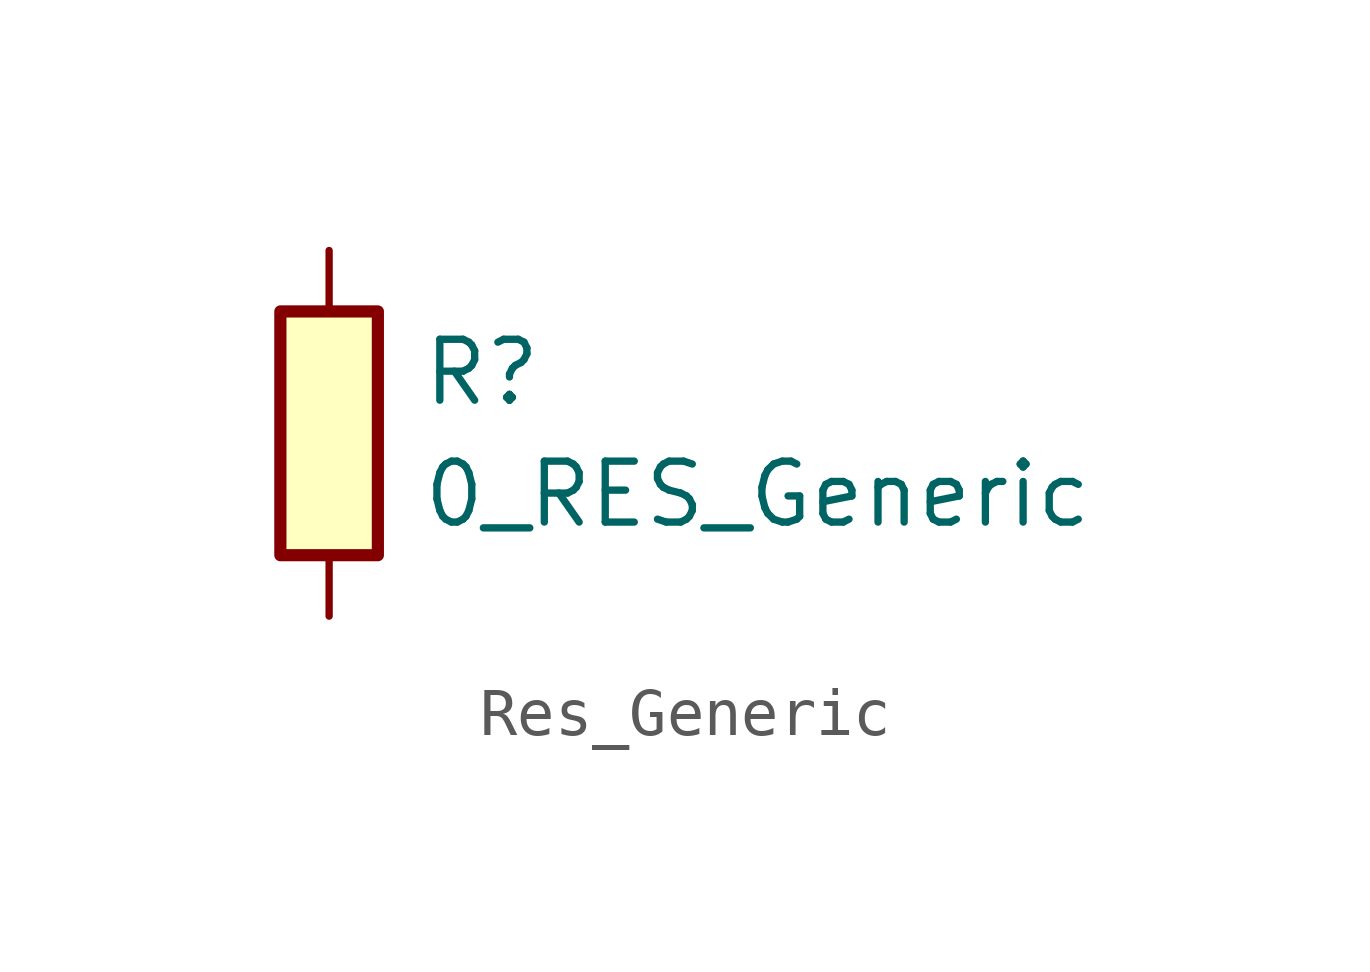
<source format=kicad_sym>
(kicad_symbol_lib
  (version 20231120)
  (generator "kicad_symbol_editor")
  (generator_version "8.0")
  (symbol "Res_Generic"
    (pin_numbers hide)
    (pin_names
      (offset 0.254))
    (property "Reference" "R"
      (at 1.905 1.27 0)
      (effects (font (size 1.27 1.27)) (justify left)))
    (property "Value" "0_RES_Generic"
      (at 1.905 -1.27 0)
      (effects (font (size 1.27 1.27)) (justify left)))
    (symbol "Res_Generic_1_1"
      (rectangle (start -1.016 2.54) (end 1.016 -2.54) (stroke (width 0.254) (type default)) (fill (type background)))
      (pin passive line (at 0 3.81 270) (length 1.27) (name "~" (effects (font (size 1.27 1.27)))) (number "1" (effects (font (size 1.27 1.27)))))
      (pin passive line (at 0 -3.81 90) (length 1.27) (name "~" (effects (font (size 1.27 1.27)))) (number "2" (effects (font (size 1.27 1.27))))))))
</source>
